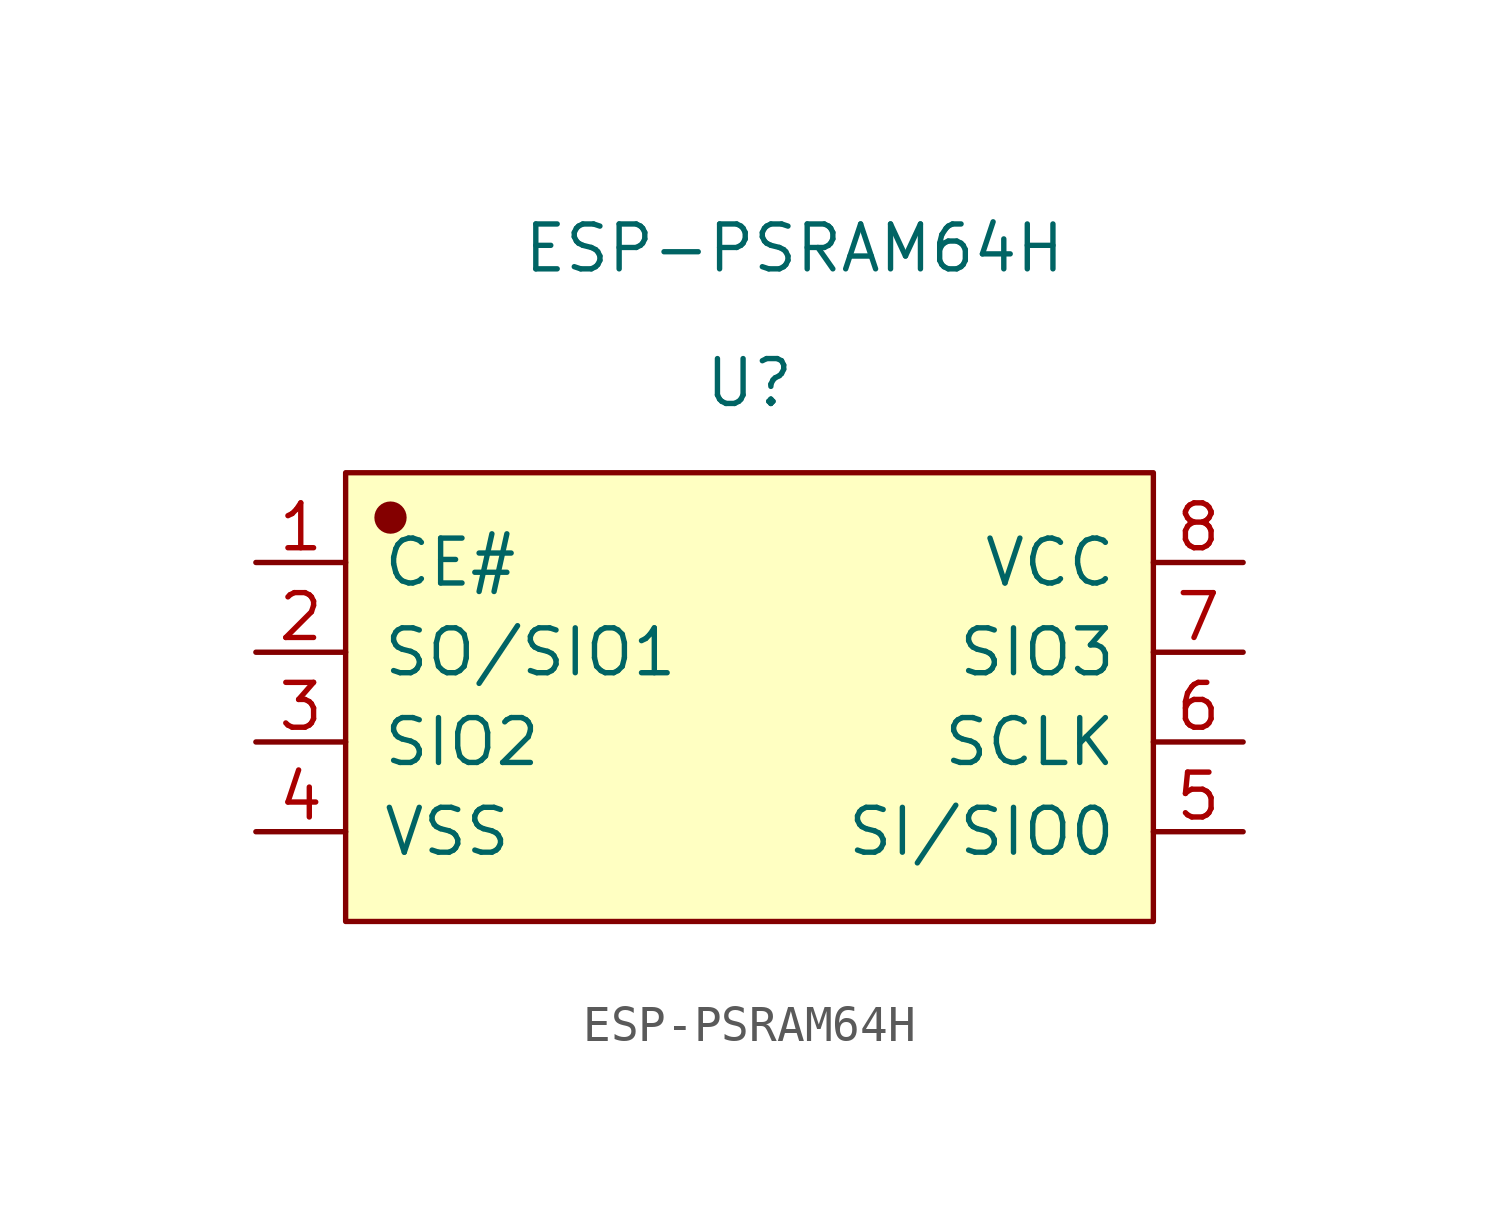
<source format=kicad_sym>
(kicad_symbol_lib
  (version 20220914)
  (generator kicad_symbol_editor)
  (symbol "ESP-PSRAM64H"
    (pin_names
      (offset 1.016))
    (property "Reference" "U"
      (at -2.54 8.89 0)
      (effects (font (size 1.27 1.27))))
    (property "Value" "ESP-PSRAM64H"
      (at -1.27 12.7 0)
      (effects (font (size 1.27 1.27))))
    (symbol "ESP-PSRAM64H_1_1"
      (rectangle (start -13.97 6.35) (end 8.89 -6.35) (stroke (width 0.152) (type default)) (fill (type background)))
      (circle (center -12.7 5.08) (radius 0.381) (stroke (width 0.152) (type default)) (fill (type outline)))
      (pin input line (at -16.51 3.81 0) (length 2.54) (name "CE#" (effects (font (size 1.27 1.27)))) (number "1" (effects (font (size 1.27 1.27)))))
      (pin input line (at -16.51 1.27 0) (length 2.54) (name "SO/SIO1" (effects (font (size 1.27 1.27)))) (number "2" (effects (font (size 1.27 1.27)))))
      (pin input line (at -16.51 -1.27 0) (length 2.54) (name "SIO2" (effects (font (size 1.27 1.27)))) (number "3" (effects (font (size 1.27 1.27)))))
      (pin input line (at -16.51 -3.81 0) (length 2.54) (name "VSS" (effects (font (size 1.27 1.27)))) (number "4" (effects (font (size 1.27 1.27)))))
      (pin input line (at 11.43 -3.81 180) (length 2.54) (name "SI/SIO0" (effects (font (size 1.27 1.27)))) (number "5" (effects (font (size 1.27 1.27)))))
      (pin input line (at 11.43 -1.27 180) (length 2.54) (name "SCLK" (effects (font (size 1.27 1.27)))) (number "6" (effects (font (size 1.27 1.27)))))
      (pin input line (at 11.43 1.27 180) (length 2.54) (name "SIO3" (effects (font (size 1.27 1.27)))) (number "7" (effects (font (size 1.27 1.27)))))
      (pin input line (at 11.43 3.81 180) (length 2.54) (name "VCC" (effects (font (size 1.27 1.27)))) (number "8" (effects (font (size 1.27 1.27))))))))
</source>
